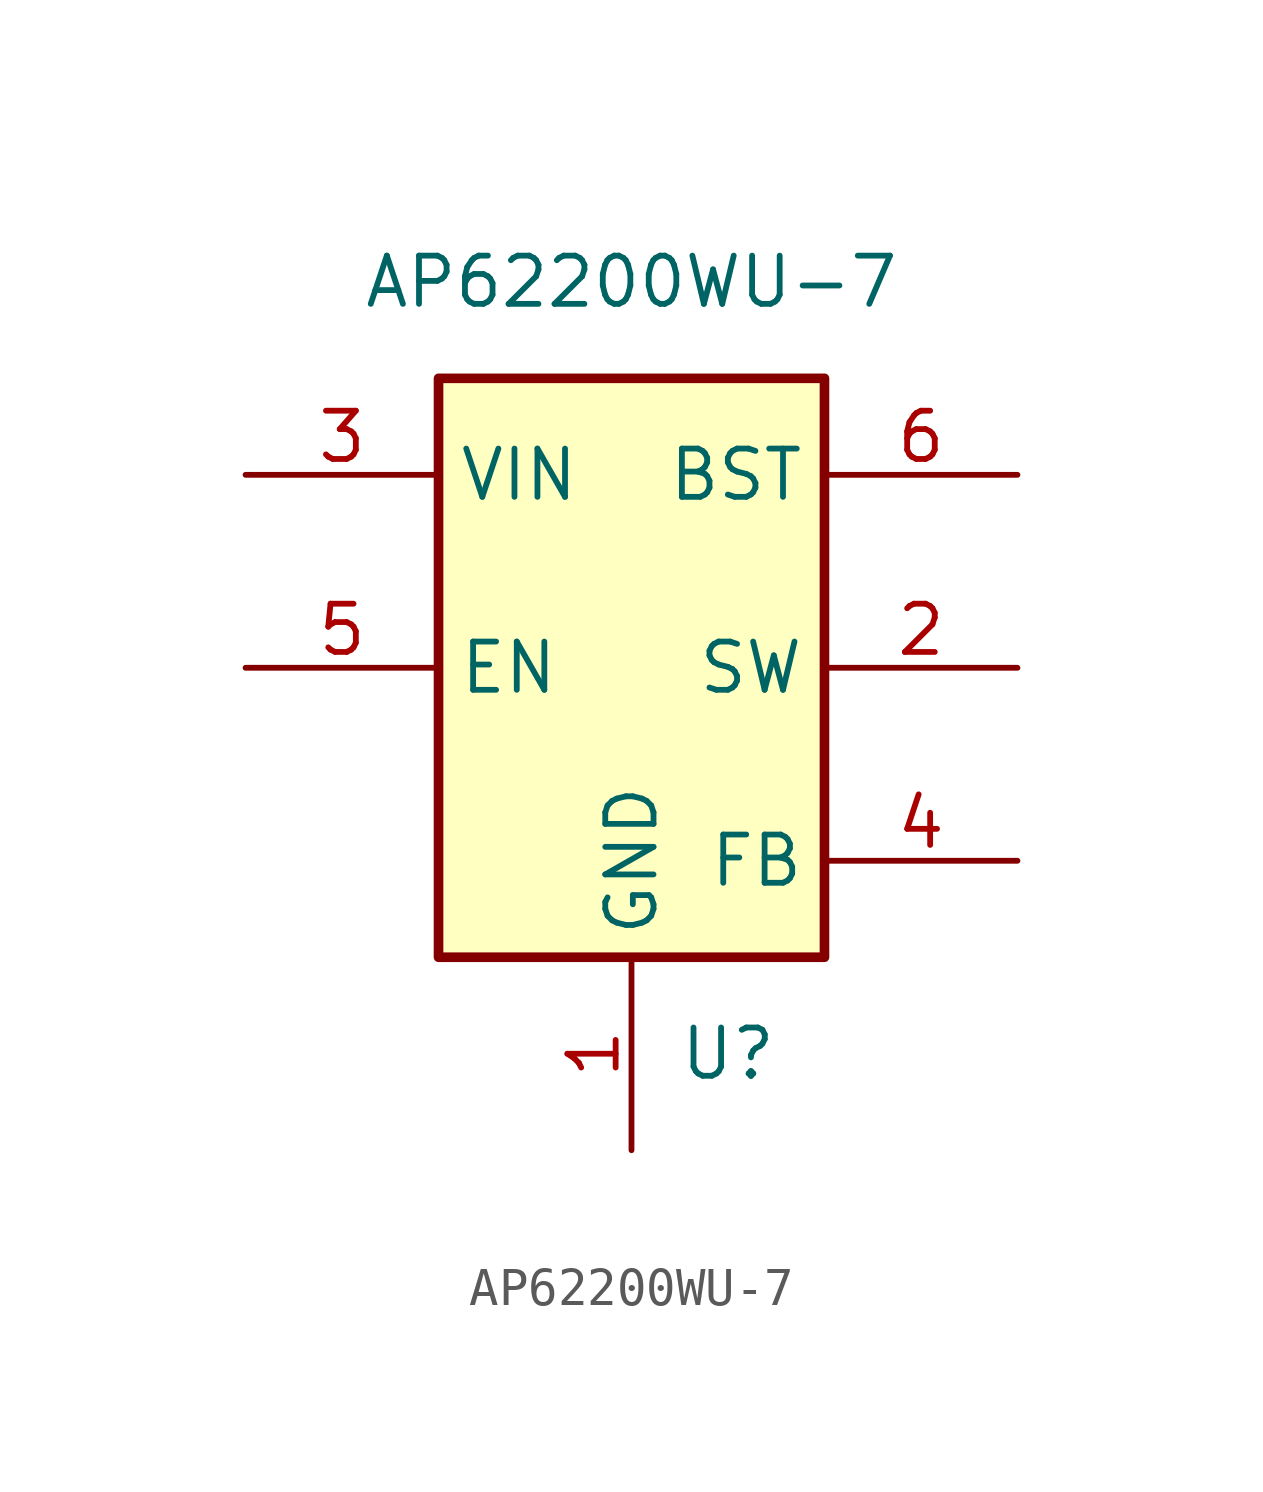
<source format=kicad_sym>
(kicad_symbol_lib
  (version 20220914)
  (generator kicad_symbol_editor)
  (symbol "AP62200WU-7"
    (property "Reference" "U"
      (at 2.54 -10.16 0)
      (effects (font (size 1.27 1.27))))
    (property "Value" "AP62200WU-7"
      (at 0 10.16 0)
      (effects (font (size 1.27 1.27))))
    (symbol "AP62200WU-7_1_1"
      (rectangle (start -5.08 7.62) (end 5.08 -7.62) (stroke (width 0.254) (type default)) (fill (type background)))
      (pin passive line (at 0 -12.7 90) (length 5.08) (name "GND" (effects (font (size 1.27 1.27)))) (number "1" (effects (font (size 1.27 1.27)))))
      (pin passive line (at 10.16 0 180) (length 5.08) (name "SW" (effects (font (size 1.27 1.27)))) (number "2" (effects (font (size 1.27 1.27)))))
      (pin passive line (at -10.16 5.08 0) (length 5.08) (name "VIN" (effects (font (size 1.27 1.27)))) (number "3" (effects (font (size 1.27 1.27)))))
      (pin passive line (at 10.16 -5.08 180) (length 5.08) (name "FB" (effects (font (size 1.27 1.27)))) (number "4" (effects (font (size 1.27 1.27)))))
      (pin passive line (at -10.16 0 0) (length 5.08) (name "EN" (effects (font (size 1.27 1.27)))) (number "5" (effects (font (size 1.27 1.27)))))
      (pin passive line (at 10.16 5.08 180) (length 5.08) (name "BST" (effects (font (size 1.27 1.27)))) (number "6" (effects (font (size 1.27 1.27))))))))
</source>
